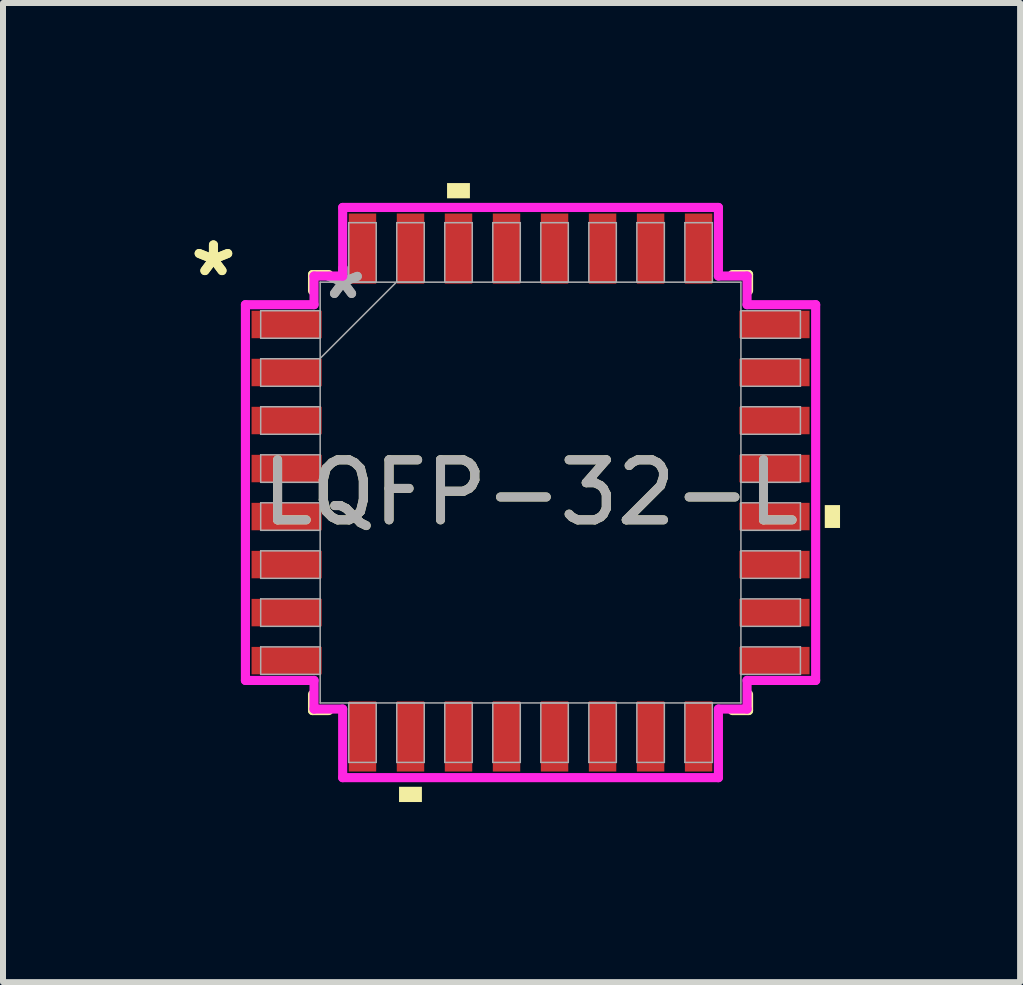
<source format=kicad_pcb>
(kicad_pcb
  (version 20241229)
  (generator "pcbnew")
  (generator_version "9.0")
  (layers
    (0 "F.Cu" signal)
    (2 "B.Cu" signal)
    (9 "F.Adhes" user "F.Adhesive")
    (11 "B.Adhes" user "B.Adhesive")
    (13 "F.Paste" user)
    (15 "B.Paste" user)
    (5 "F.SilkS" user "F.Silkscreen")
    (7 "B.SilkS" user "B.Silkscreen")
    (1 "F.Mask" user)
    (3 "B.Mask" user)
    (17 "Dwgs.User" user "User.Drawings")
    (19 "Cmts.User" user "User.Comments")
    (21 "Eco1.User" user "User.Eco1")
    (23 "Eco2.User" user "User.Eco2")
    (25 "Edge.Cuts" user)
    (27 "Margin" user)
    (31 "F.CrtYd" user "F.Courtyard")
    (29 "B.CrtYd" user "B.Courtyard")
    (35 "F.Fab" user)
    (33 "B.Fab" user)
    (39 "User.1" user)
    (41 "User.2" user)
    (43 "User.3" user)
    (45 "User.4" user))
  (footprint "LQFP-32-L"
    (layer "F.Cu")
    (at 5.789 5.156)
    (property "Reference" "LQFP-32-L" (at 0 0 0) (unlocked yes) (layer "F.SilkS") (effects (font (size 1 1) (thickness 0.15))))
    (attr smd)
    (fp_line (start -3.632 -3.632) (end -3.632 -3.361) (stroke (width 0.152) (type solid)) (layer "F.SilkS"))
    (fp_line (start -3.632 3.361) (end -3.632 3.632) (stroke (width 0.152) (type solid)) (layer "F.SilkS"))
    (fp_line (start -3.632 3.632) (end -3.361 3.632) (stroke (width 0.152) (type solid)) (layer "F.SilkS"))
    (fp_line (start -3.361 -3.632) (end -3.632 -3.632) (stroke (width 0.152) (type solid)) (layer "F.SilkS"))
    (fp_line (start 3.361 3.632) (end 3.632 3.632) (stroke (width 0.152) (type solid)) (layer "F.SilkS"))
    (fp_line (start 3.632 -3.632) (end 3.361 -3.632) (stroke (width 0.152) (type solid)) (layer "F.SilkS"))
    (fp_line (start 3.632 -3.361) (end 3.632 -3.632) (stroke (width 0.152) (type solid)) (layer "F.SilkS"))
    (fp_line (start 3.632 3.632) (end 3.632 3.361) (stroke (width 0.152) (type solid)) (layer "F.SilkS"))
    (fp_poly (pts (xy -2.191 4.902) (xy -2.191 5.156) (xy -1.81 5.156) (xy -1.81 4.902)) (stroke (width 0) (type solid)) (fill yes) (layer "F.SilkS"))
    (fp_poly (pts (xy -1.391 -4.902) (xy -1.391 -5.156) (xy -1.01 -5.156) (xy -1.01 -4.902)) (stroke (width 0) (type solid)) (fill yes) (layer "F.SilkS"))
    (fp_poly (pts (xy 5.156 0.209) (xy 5.156 0.59) (xy 4.902 0.59) (xy 4.902 0.209)) (stroke (width 0) (type solid)) (fill yes) (layer "F.SilkS"))
    (fp_line (start -4.75 -3.13) (end -3.607 -3.13) (stroke (width 0.152) (type solid)) (layer "F.CrtYd"))
    (fp_line (start -4.75 3.13) (end -4.75 -3.13) (stroke (width 0.152) (type solid)) (layer "F.CrtYd"))
    (fp_line (start -3.607 -3.607) (end -3.13 -3.607) (stroke (width 0.152) (type solid)) (layer "F.CrtYd"))
    (fp_line (start -3.607 -3.13) (end -3.607 -3.607) (stroke (width 0.152) (type solid)) (layer "F.CrtYd"))
    (fp_line (start -3.607 3.13) (end -4.75 3.13) (stroke (width 0.152) (type solid)) (layer "F.CrtYd"))
    (fp_line (start -3.607 3.607) (end -3.607 3.13) (stroke (width 0.152) (type solid)) (layer "F.CrtYd"))
    (fp_line (start -3.607 3.607) (end -3.13 3.607) (stroke (width 0.152) (type solid)) (layer "F.CrtYd"))
    (fp_line (start -3.13 -4.75) (end 3.13 -4.75) (stroke (width 0.152) (type solid)) (layer "F.CrtYd"))
    (fp_line (start -3.13 -3.607) (end -3.13 -4.75) (stroke (width 0.152) (type solid)) (layer "F.CrtYd"))
    (fp_line (start -3.13 3.607) (end -3.13 4.75) (stroke (width 0.152) (type solid)) (layer "F.CrtYd"))
    (fp_line (start -3.13 4.75) (end 3.13 4.75) (stroke (width 0.152) (type solid)) (layer "F.CrtYd"))
    (fp_line (start 3.13 -4.75) (end 3.13 -3.607) (stroke (width 0.152) (type solid)) (layer "F.CrtYd"))
    (fp_line (start 3.13 -3.607) (end 3.607 -3.607) (stroke (width 0.152) (type solid)) (layer "F.CrtYd"))
    (fp_line (start 3.13 3.607) (end 3.607 3.607) (stroke (width 0.152) (type solid)) (layer "F.CrtYd"))
    (fp_line (start 3.13 4.75) (end 3.13 3.607) (stroke (width 0.152) (type solid)) (layer "F.CrtYd"))
    (fp_line (start 3.607 -3.13) (end 3.607 -3.607) (stroke (width 0.152) (type solid)) (layer "F.CrtYd"))
    (fp_line (start 3.607 3.13) (end 4.75 3.13) (stroke (width 0.152) (type solid)) (layer "F.CrtYd"))
    (fp_line (start 3.607 3.607) (end 3.607 3.13) (stroke (width 0.152) (type solid)) (layer "F.CrtYd"))
    (fp_line (start 4.75 -3.13) (end 3.607 -3.13) (stroke (width 0.152) (type solid)) (layer "F.CrtYd"))
    (fp_line (start 4.75 3.13) (end 4.75 -3.13) (stroke (width 0.152) (type solid)) (layer "F.CrtYd"))
    (fp_line (start -4.496 -3.029) (end -4.496 -2.571) (stroke (width 0.025) (type solid)) (layer "F.Fab"))
    (fp_line (start -4.496 -2.571) (end -3.505 -2.571) (stroke (width 0.025) (type solid)) (layer "F.Fab"))
    (fp_line (start -4.496 -2.229) (end -4.496 -1.771) (stroke (width 0.025) (type solid)) (layer "F.Fab"))
    (fp_line (start -4.496 -1.771) (end -3.505 -1.771) (stroke (width 0.025) (type solid)) (layer "F.Fab"))
    (fp_line (start -4.496 -1.429) (end -4.496 -0.971) (stroke (width 0.025) (type solid)) (layer "F.Fab"))
    (fp_line (start -4.496 -0.971) (end -3.505 -0.971) (stroke (width 0.025) (type solid)) (layer "F.Fab"))
    (fp_line (start -4.496 -0.629) (end -4.496 -0.171) (stroke (width 0.025) (type solid)) (layer "F.Fab"))
    (fp_line (start -4.496 -0.171) (end -3.505 -0.171) (stroke (width 0.025) (type solid)) (layer "F.Fab"))
    (fp_line (start -4.496 0.171) (end -4.496 0.629) (stroke (width 0.025) (type solid)) (layer "F.Fab"))
    (fp_line (start -4.496 0.629) (end -3.505 0.629) (stroke (width 0.025) (type solid)) (layer "F.Fab"))
    (fp_line (start -4.496 0.971) (end -4.496 1.429) (stroke (width 0.025) (type solid)) (layer "F.Fab"))
    (fp_line (start -4.496 1.429) (end -3.505 1.429) (stroke (width 0.025) (type solid)) (layer "F.Fab"))
    (fp_line (start -4.496 1.771) (end -4.496 2.229) (stroke (width 0.025) (type solid)) (layer "F.Fab"))
    (fp_line (start -4.496 2.229) (end -3.505 2.229) (stroke (width 0.025) (type solid)) (layer "F.Fab"))
    (fp_line (start -4.496 2.571) (end -4.496 3.029) (stroke (width 0.025) (type solid)) (layer "F.Fab"))
    (fp_line (start -4.496 3.029) (end -3.505 3.029) (stroke (width 0.025) (type solid)) (layer "F.Fab"))
    (fp_line (start -3.505 -3.505) (end -3.505 3.505) (stroke (width 0.025) (type solid)) (layer "F.Fab"))
    (fp_line (start -3.505 -3.029) (end -4.496 -3.029) (stroke (width 0.025) (type solid)) (layer "F.Fab"))
    (fp_line (start -3.505 -2.571) (end -3.505 -3.029) (stroke (width 0.025) (type solid)) (layer "F.Fab"))
    (fp_line (start -3.505 -2.235) (end -2.235 -3.505) (stroke (width 0.025) (type solid)) (layer "F.Fab"))
    (fp_line (start -3.505 -2.229) (end -4.496 -2.229) (stroke (width 0.025) (type solid)) (layer "F.Fab"))
    (fp_line (start -3.505 -1.771) (end -3.505 -2.229) (stroke (width 0.025) (type solid)) (layer "F.Fab"))
    (fp_line (start -3.505 -1.429) (end -4.496 -1.429) (stroke (width 0.025) (type solid)) (layer "F.Fab"))
    (fp_line (start -3.505 -0.971) (end -3.505 -1.429) (stroke (width 0.025) (type solid)) (layer "F.Fab"))
    (fp_line (start -3.505 -0.629) (end -4.496 -0.629) (stroke (width 0.025) (type solid)) (layer "F.Fab"))
    (fp_line (start -3.505 -0.171) (end -3.505 -0.629) (stroke (width 0.025) (type solid)) (layer "F.Fab"))
    (fp_line (start -3.505 0.171) (end -4.496 0.171) (stroke (width 0.025) (type solid)) (layer "F.Fab"))
    (fp_line (start -3.505 0.629) (end -3.505 0.171) (stroke (width 0.025) (type solid)) (layer "F.Fab"))
    (fp_line (start -3.505 0.971) (end -4.496 0.971) (stroke (width 0.025) (type solid)) (layer "F.Fab"))
    (fp_line (start -3.505 1.429) (end -3.505 0.971) (stroke (width 0.025) (type solid)) (layer "F.Fab"))
    (fp_line (start -3.505 1.771) (end -4.496 1.771) (stroke (width 0.025) (type solid)) (layer "F.Fab"))
    (fp_line (start -3.505 2.229) (end -3.505 1.771) (stroke (width 0.025) (type solid)) (layer "F.Fab"))
    (fp_line (start -3.505 2.571) (end -4.496 2.571) (stroke (width 0.025) (type solid)) (layer "F.Fab"))
    (fp_line (start -3.505 3.029) (end -3.505 2.571) (stroke (width 0.025) (type solid)) (layer "F.Fab"))
    (fp_line (start -3.505 3.505) (end 3.505 3.505) (stroke (width 0.025) (type solid)) (layer "F.Fab"))
    (fp_line (start -3.029 -4.496) (end -3.029 -3.505) (stroke (width 0.025) (type solid)) (layer "F.Fab"))
    (fp_line (start -3.029 -3.505) (end -2.571 -3.505) (stroke (width 0.025) (type solid)) (layer "F.Fab"))
    (fp_line (start -3.029 3.505) (end -3.029 4.496) (stroke (width 0.025) (type solid)) (layer "F.Fab"))
    (fp_line (start -3.029 4.496) (end -2.571 4.496) (stroke (width 0.025) (type solid)) (layer "F.Fab"))
    (fp_line (start -2.571 -4.496) (end -3.029 -4.496) (stroke (width 0.025) (type solid)) (layer "F.Fab"))
    (fp_line (start -2.571 -3.505) (end -2.571 -4.496) (stroke (width 0.025) (type solid)) (layer "F.Fab"))
    (fp_line (start -2.571 3.505) (end -3.029 3.505) (stroke (width 0.025) (type solid)) (layer "F.Fab"))
    (fp_line (start -2.571 4.496) (end -2.571 3.505) (stroke (width 0.025) (type solid)) (layer "F.Fab"))
    (fp_line (start -2.229 -4.496) (end -2.229 -3.505) (stroke (width 0.025) (type solid)) (layer "F.Fab"))
    (fp_line (start -2.229 -3.505) (end -1.771 -3.505) (stroke (width 0.025) (type solid)) (layer "F.Fab"))
    (fp_line (start -2.229 3.505) (end -2.229 4.496) (stroke (width 0.025) (type solid)) (layer "F.Fab"))
    (fp_line (start -2.229 4.496) (end -1.771 4.496) (stroke (width 0.025) (type solid)) (layer "F.Fab"))
    (fp_line (start -1.771 -4.496) (end -2.229 -4.496) (stroke (width 0.025) (type solid)) (layer "F.Fab"))
    (fp_line (start -1.771 -3.505) (end -1.771 -4.496) (stroke (width 0.025) (type solid)) (layer "F.Fab"))
    (fp_line (start -1.771 3.505) (end -2.229 3.505) (stroke (width 0.025) (type solid)) (layer "F.Fab"))
    (fp_line (start -1.771 4.496) (end -1.771 3.505) (stroke (width 0.025) (type solid)) (layer "F.Fab"))
    (fp_line (start -1.429 -4.496) (end -1.429 -3.505) (stroke (width 0.025) (type solid)) (layer "F.Fab"))
    (fp_line (start -1.429 -3.505) (end -0.971 -3.505) (stroke (width 0.025) (type solid)) (layer "F.Fab"))
    (fp_line (start -1.429 3.505) (end -1.429 4.496) (stroke (width 0.025) (type solid)) (layer "F.Fab"))
    (fp_line (start -1.429 4.496) (end -0.971 4.496) (stroke (width 0.025) (type solid)) (layer "F.Fab"))
    (fp_line (start -0.971 -4.496) (end -1.429 -4.496) (stroke (width 0.025) (type solid)) (layer "F.Fab"))
    (fp_line (start -0.971 -3.505) (end -0.971 -4.496) (stroke (width 0.025) (type solid)) (layer "F.Fab"))
    (fp_line (start -0.971 3.505) (end -1.429 3.505) (stroke (width 0.025) (type solid)) (layer "F.Fab"))
    (fp_line (start -0.971 4.496) (end -0.971 3.505) (stroke (width 0.025) (type solid)) (layer "F.Fab"))
    (fp_line (start -0.629 -4.496) (end -0.629 -3.505) (stroke (width 0.025) (type solid)) (layer "F.Fab"))
    (fp_line (start -0.629 -3.505) (end -0.171 -3.505) (stroke (width 0.025) (type solid)) (layer "F.Fab"))
    (fp_line (start -0.629 3.505) (end -0.629 4.496) (stroke (width 0.025) (type solid)) (layer "F.Fab"))
    (fp_line (start -0.629 4.496) (end -0.171 4.496) (stroke (width 0.025) (type solid)) (layer "F.Fab"))
    (fp_line (start -0.171 -4.496) (end -0.629 -4.496) (stroke (width 0.025) (type solid)) (layer "F.Fab"))
    (fp_line (start -0.171 -3.505) (end -0.171 -4.496) (stroke (width 0.025) (type solid)) (layer "F.Fab"))
    (fp_line (start -0.171 3.505) (end -0.629 3.505) (stroke (width 0.025) (type solid)) (layer "F.Fab"))
    (fp_line (start -0.171 4.496) (end -0.171 3.505) (stroke (width 0.025) (type solid)) (layer "F.Fab"))
    (fp_line (start 0.171 -4.496) (end 0.171 -3.505) (stroke (width 0.025) (type solid)) (layer "F.Fab"))
    (fp_line (start 0.171 -3.505) (end 0.629 -3.505) (stroke (width 0.025) (type solid)) (layer "F.Fab"))
    (fp_line (start 0.171 3.505) (end 0.171 4.496) (stroke (width 0.025) (type solid)) (layer "F.Fab"))
    (fp_line (start 0.171 4.496) (end 0.629 4.496) (stroke (width 0.025) (type solid)) (layer "F.Fab"))
    (fp_line (start 0.629 -4.496) (end 0.171 -4.496) (stroke (width 0.025) (type solid)) (layer "F.Fab"))
    (fp_line (start 0.629 -3.505) (end 0.629 -4.496) (stroke (width 0.025) (type solid)) (layer "F.Fab"))
    (fp_line (start 0.629 3.505) (end 0.171 3.505) (stroke (width 0.025) (type solid)) (layer "F.Fab"))
    (fp_line (start 0.629 4.496) (end 0.629 3.505) (stroke (width 0.025) (type solid)) (layer "F.Fab"))
    (fp_line (start 0.971 -4.496) (end 0.971 -3.505) (stroke (width 0.025) (type solid)) (layer "F.Fab"))
    (fp_line (start 0.971 -3.505) (end 1.429 -3.505) (stroke (width 0.025) (type solid)) (layer "F.Fab"))
    (fp_line (start 0.971 3.505) (end 0.971 4.496) (stroke (width 0.025) (type solid)) (layer "F.Fab"))
    (fp_line (start 0.971 4.496) (end 1.429 4.496) (stroke (width 0.025) (type solid)) (layer "F.Fab"))
    (fp_line (start 1.429 -4.496) (end 0.971 -4.496) (stroke (width 0.025) (type solid)) (layer "F.Fab"))
    (fp_line (start 1.429 -3.505) (end 1.429 -4.496) (stroke (width 0.025) (type solid)) (layer "F.Fab"))
    (fp_line (start 1.429 3.505) (end 0.971 3.505) (stroke (width 0.025) (type solid)) (layer "F.Fab"))
    (fp_line (start 1.429 4.496) (end 1.429 3.505) (stroke (width 0.025) (type solid)) (layer "F.Fab"))
    (fp_line (start 1.771 -4.496) (end 1.771 -3.505) (stroke (width 0.025) (type solid)) (layer "F.Fab"))
    (fp_line (start 1.771 -3.505) (end 2.229 -3.505) (stroke (width 0.025) (type solid)) (layer "F.Fab"))
    (fp_line (start 1.771 3.505) (end 1.771 4.496) (stroke (width 0.025) (type solid)) (layer "F.Fab"))
    (fp_line (start 1.771 4.496) (end 2.229 4.496) (stroke (width 0.025) (type solid)) (layer "F.Fab"))
    (fp_line (start 2.229 -4.496) (end 1.771 -4.496) (stroke (width 0.025) (type solid)) (layer "F.Fab"))
    (fp_line (start 2.229 -3.505) (end 2.229 -4.496) (stroke (width 0.025) (type solid)) (layer "F.Fab"))
    (fp_line (start 2.229 3.505) (end 1.771 3.505) (stroke (width 0.025) (type solid)) (layer "F.Fab"))
    (fp_line (start 2.229 4.496) (end 2.229 3.505) (stroke (width 0.025) (type solid)) (layer "F.Fab"))
    (fp_line (start 2.571 -4.496) (end 2.571 -3.505) (stroke (width 0.025) (type solid)) (layer "F.Fab"))
    (fp_line (start 2.571 -3.505) (end 3.029 -3.505) (stroke (width 0.025) (type solid)) (layer "F.Fab"))
    (fp_line (start 2.571 3.505) (end 2.571 4.496) (stroke (width 0.025) (type solid)) (layer "F.Fab"))
    (fp_line (start 2.571 4.496) (end 3.029 4.496) (stroke (width 0.025) (type solid)) (layer "F.Fab"))
    (fp_line (start 3.029 -4.496) (end 2.571 -4.496) (stroke (width 0.025) (type solid)) (layer "F.Fab"))
    (fp_line (start 3.029 -3.505) (end 3.029 -4.496) (stroke (width 0.025) (type solid)) (layer "F.Fab"))
    (fp_line (start 3.029 3.505) (end 2.571 3.505) (stroke (width 0.025) (type solid)) (layer "F.Fab"))
    (fp_line (start 3.029 4.496) (end 3.029 3.505) (stroke (width 0.025) (type solid)) (layer "F.Fab"))
    (fp_line (start 3.505 -3.505) (end -3.505 -3.505) (stroke (width 0.025) (type solid)) (layer "F.Fab"))
    (fp_line (start 3.505 -3.029) (end 3.505 -2.571) (stroke (width 0.025) (type solid)) (layer "F.Fab"))
    (fp_line (start 3.505 -2.571) (end 4.496 -2.571) (stroke (width 0.025) (type solid)) (layer "F.Fab"))
    (fp_line (start 3.505 -2.229) (end 3.505 -1.771) (stroke (width 0.025) (type solid)) (layer "F.Fab"))
    (fp_line (start 3.505 -1.771) (end 4.496 -1.771) (stroke (width 0.025) (type solid)) (layer "F.Fab"))
    (fp_line (start 3.505 -1.429) (end 3.505 -0.971) (stroke (width 0.025) (type solid)) (layer "F.Fab"))
    (fp_line (start 3.505 -0.971) (end 4.496 -0.971) (stroke (width 0.025) (type solid)) (layer "F.Fab"))
    (fp_line (start 3.505 -0.629) (end 3.505 -0.171) (stroke (width 0.025) (type solid)) (layer "F.Fab"))
    (fp_line (start 3.505 -0.171) (end 4.496 -0.171) (stroke (width 0.025) (type solid)) (layer "F.Fab"))
    (fp_line (start 3.505 0.171) (end 3.505 0.629) (stroke (width 0.025) (type solid)) (layer "F.Fab"))
    (fp_line (start 3.505 0.629) (end 4.496 0.629) (stroke (width 0.025) (type solid)) (layer "F.Fab"))
    (fp_line (start 3.505 0.971) (end 3.505 1.429) (stroke (width 0.025) (type solid)) (layer "F.Fab"))
    (fp_line (start 3.505 1.429) (end 4.496 1.429) (stroke (width 0.025) (type solid)) (layer "F.Fab"))
    (fp_line (start 3.505 1.771) (end 3.505 2.229) (stroke (width 0.025) (type solid)) (layer "F.Fab"))
    (fp_line (start 3.505 2.229) (end 4.496 2.229) (stroke (width 0.025) (type solid)) (layer "F.Fab"))
    (fp_line (start 3.505 2.571) (end 3.505 3.029) (stroke (width 0.025) (type solid)) (layer "F.Fab"))
    (fp_line (start 3.505 3.029) (end 4.496 3.029) (stroke (width 0.025) (type solid)) (layer "F.Fab"))
    (fp_line (start 3.505 3.505) (end 3.505 -3.505) (stroke (width 0.025) (type solid)) (layer "F.Fab"))
    (fp_line (start 4.496 -3.029) (end 3.505 -3.029) (stroke (width 0.025) (type solid)) (layer "F.Fab"))
    (fp_line (start 4.496 -2.571) (end 4.496 -3.029) (stroke (width 0.025) (type solid)) (layer "F.Fab"))
    (fp_line (start 4.496 -2.229) (end 3.505 -2.229) (stroke (width 0.025) (type solid)) (layer "F.Fab"))
    (fp_line (start 4.496 -1.771) (end 4.496 -2.229) (stroke (width 0.025) (type solid)) (layer "F.Fab"))
    (fp_line (start 4.496 -1.429) (end 3.505 -1.429) (stroke (width 0.025) (type solid)) (layer "F.Fab"))
    (fp_line (start 4.496 -0.971) (end 4.496 -1.429) (stroke (width 0.025) (type solid)) (layer "F.Fab"))
    (fp_line (start 4.496 -0.629) (end 3.505 -0.629) (stroke (width 0.025) (type solid)) (layer "F.Fab"))
    (fp_line (start 4.496 -0.171) (end 4.496 -0.629) (stroke (width 0.025) (type solid)) (layer "F.Fab"))
    (fp_line (start 4.496 0.171) (end 3.505 0.171) (stroke (width 0.025) (type solid)) (layer "F.Fab"))
    (fp_line (start 4.496 0.629) (end 4.496 0.171) (stroke (width 0.025) (type solid)) (layer "F.Fab"))
    (fp_line (start 4.496 0.971) (end 3.505 0.971) (stroke (width 0.025) (type solid)) (layer "F.Fab"))
    (fp_line (start 4.496 1.429) (end 4.496 0.971) (stroke (width 0.025) (type solid)) (layer "F.Fab"))
    (fp_line (start 4.496 1.771) (end 3.505 1.771) (stroke (width 0.025) (type solid)) (layer "F.Fab"))
    (fp_line (start 4.496 2.229) (end 4.496 1.771) (stroke (width 0.025) (type solid)) (layer "F.Fab"))
    (fp_line (start 4.496 2.571) (end 3.505 2.571) (stroke (width 0.025) (type solid)) (layer "F.Fab"))
    (fp_line (start 4.496 3.029) (end 4.496 2.571) (stroke (width 0.025) (type solid)) (layer "F.Fab"))
    (fp_text user "*" (at -5.283 -3.581 0) (unlocked yes) (layer "F.SilkS") (effects (font (size 1 1) (thickness 0.15))))
    (fp_text user "*" (at -5.283 -3.581 0) (layer "F.SilkS") (effects (font (size 1 1) (thickness 0.15))))
    (fp_text user "${REFERENCE}" (at 0 0 0) (unlocked yes) (layer "F.Fab") (effects (font (size 1 1) (thickness 0.15))))
    (fp_text user "*" (at -3.124 -3.2 0) (layer "F.Fab") (effects (font (size 1 1) (thickness 0.15))))
    (fp_text user "*" (at -3.124 -3.2 0) (unlocked yes) (layer "F.Fab") (effects (font (size 1 1) (thickness 0.15))))
    (pad "1" smd rect (at -4.064 -2.8 90) (size 0.457 1.168) (layers "F.Cu" "F.Mask" "F.Paste"))
    (pad "2" smd rect (at -4.064 -2 90) (size 0.457 1.168) (layers "F.Cu" "F.Mask" "F.Paste"))
    (pad "3" smd rect (at -4.064 -1.2 90) (size 0.457 1.168) (layers "F.Cu" "F.Mask" "F.Paste"))
    (pad "4" smd rect (at -4.064 -0.4 90) (size 0.457 1.168) (layers "F.Cu" "F.Mask" "F.Paste"))
    (pad "5" smd rect (at -4.064 0.4 90) (size 0.457 1.168) (layers "F.Cu" "F.Mask" "F.Paste"))
    (pad "6" smd rect (at -4.064 1.2 90) (size 0.457 1.168) (layers "F.Cu" "F.Mask" "F.Paste"))
    (pad "7" smd rect (at -4.064 2 90) (size 0.457 1.168) (layers "F.Cu" "F.Mask" "F.Paste"))
    (pad "8" smd rect (at -4.064 2.8 90) (size 0.457 1.168) (layers "F.Cu" "F.Mask" "F.Paste"))
    (pad "9" smd rect (at -2.8 4.064) (size 0.457 1.168) (layers "F.Cu" "F.Mask" "F.Paste"))
    (pad "10" smd rect (at -2 4.064) (size 0.457 1.168) (layers "F.Cu" "F.Mask" "F.Paste"))
    (pad "11" smd rect (at -1.2 4.064) (size 0.457 1.168) (layers "F.Cu" "F.Mask" "F.Paste"))
    (pad "12" smd rect (at -0.4 4.064) (size 0.457 1.168) (layers "F.Cu" "F.Mask" "F.Paste"))
    (pad "13" smd rect (at 0.4 4.064) (size 0.457 1.168) (layers "F.Cu" "F.Mask" "F.Paste"))
    (pad "14" smd rect (at 1.2 4.064) (size 0.457 1.168) (layers "F.Cu" "F.Mask" "F.Paste"))
    (pad "15" smd rect (at 2 4.064) (size 0.457 1.168) (layers "F.Cu" "F.Mask" "F.Paste"))
    (pad "16" smd rect (at 2.8 4.064) (size 0.457 1.168) (layers "F.Cu" "F.Mask" "F.Paste"))
    (pad "17" smd rect (at 4.064 2.8 90) (size 0.457 1.168) (layers "F.Cu" "F.Mask" "F.Paste"))
    (pad "18" smd rect (at 4.064 2 90) (size 0.457 1.168) (layers "F.Cu" "F.Mask" "F.Paste"))
    (pad "19" smd rect (at 4.064 1.2 90) (size 0.457 1.168) (layers "F.Cu" "F.Mask" "F.Paste"))
    (pad "20" smd rect (at 4.064 0.4 90) (size 0.457 1.168) (layers "F.Cu" "F.Mask" "F.Paste"))
    (pad "21" smd rect (at 4.064 -0.4 90) (size 0.457 1.168) (layers "F.Cu" "F.Mask" "F.Paste"))
    (pad "22" smd rect (at 4.064 -1.2 90) (size 0.457 1.168) (layers "F.Cu" "F.Mask" "F.Paste"))
    (pad "23" smd rect (at 4.064 -2 90) (size 0.457 1.168) (layers "F.Cu" "F.Mask" "F.Paste"))
    (pad "24" smd rect (at 4.064 -2.8 90) (size 0.457 1.168) (layers "F.Cu" "F.Mask" "F.Paste"))
    (pad "25" smd rect (at 2.8 -4.064) (size 0.457 1.168) (layers "F.Cu" "F.Mask" "F.Paste"))
    (pad "26" smd rect (at 2 -4.064) (size 0.457 1.168) (layers "F.Cu" "F.Mask" "F.Paste"))
    (pad "27" smd rect (at 1.2 -4.064) (size 0.457 1.168) (layers "F.Cu" "F.Mask" "F.Paste"))
    (pad "28" smd rect (at 0.4 -4.064) (size 0.457 1.168) (layers "F.Cu" "F.Mask" "F.Paste"))
    (pad "29" smd rect (at -0.4 -4.064) (size 0.457 1.168) (layers "F.Cu" "F.Mask" "F.Paste"))
    (pad "30" smd rect (at -1.2 -4.064) (size 0.457 1.168) (layers "F.Cu" "F.Mask" "F.Paste"))
    (pad "31" smd rect (at -2 -4.064) (size 0.457 1.168) (layers "F.Cu" "F.Mask" "F.Paste"))
    (pad "32" smd rect (at -2.8 -4.064) (size 0.457 1.168) (layers "F.Cu" "F.Mask" "F.Paste")))
  (gr_rect
    (start -3 -3)
    (end 13.945 13.312)
    (stroke (width 0.1) (type default))
    (fill no)
    (layer "Edge.Cuts")))
</source>
